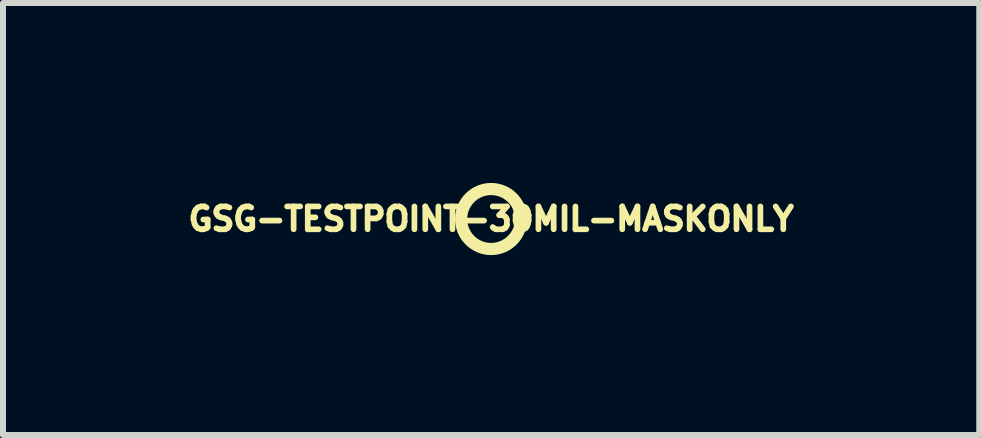
<source format=kicad_pcb>
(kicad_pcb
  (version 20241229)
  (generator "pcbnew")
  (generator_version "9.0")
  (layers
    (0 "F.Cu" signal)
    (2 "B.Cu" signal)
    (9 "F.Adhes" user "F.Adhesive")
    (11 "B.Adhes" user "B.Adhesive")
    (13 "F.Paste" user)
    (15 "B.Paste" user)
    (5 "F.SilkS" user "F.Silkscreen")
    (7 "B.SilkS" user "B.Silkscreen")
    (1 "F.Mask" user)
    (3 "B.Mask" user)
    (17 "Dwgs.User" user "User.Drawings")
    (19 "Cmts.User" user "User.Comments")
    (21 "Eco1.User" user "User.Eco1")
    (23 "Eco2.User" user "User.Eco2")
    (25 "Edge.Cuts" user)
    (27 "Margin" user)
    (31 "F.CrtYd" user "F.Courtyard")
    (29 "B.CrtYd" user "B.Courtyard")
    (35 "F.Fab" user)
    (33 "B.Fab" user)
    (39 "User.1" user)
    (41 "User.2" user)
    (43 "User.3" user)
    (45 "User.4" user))
  (footprint "GSG-TESTPOINT-30MIL-MASKONLY"
    (layer "F.Cu")
    (at 5.139 0.602)
    (property "Reference" "GSG-TESTPOINT-30MIL-MASKONLY" (at 0 0 0) (layer "F.SilkS") (effects (font (size 0.381 0.381) (thickness 0.095))))
    (attr through_hole)
    (fp_circle (center 0 0) (end 0.5 0) (stroke (width 0.203) (type solid)) (fill no) (layer "F.SilkS"))
    (pad "" smd circle (at 0 0) (size 0.762 0.762) (layers "F.Mask")))
  (gr_rect
    (start -3 -3)
    (end 13.279 4.203)
    (stroke (width 0.1) (type default))
    (fill no)
    (layer "Edge.Cuts")))
</source>
